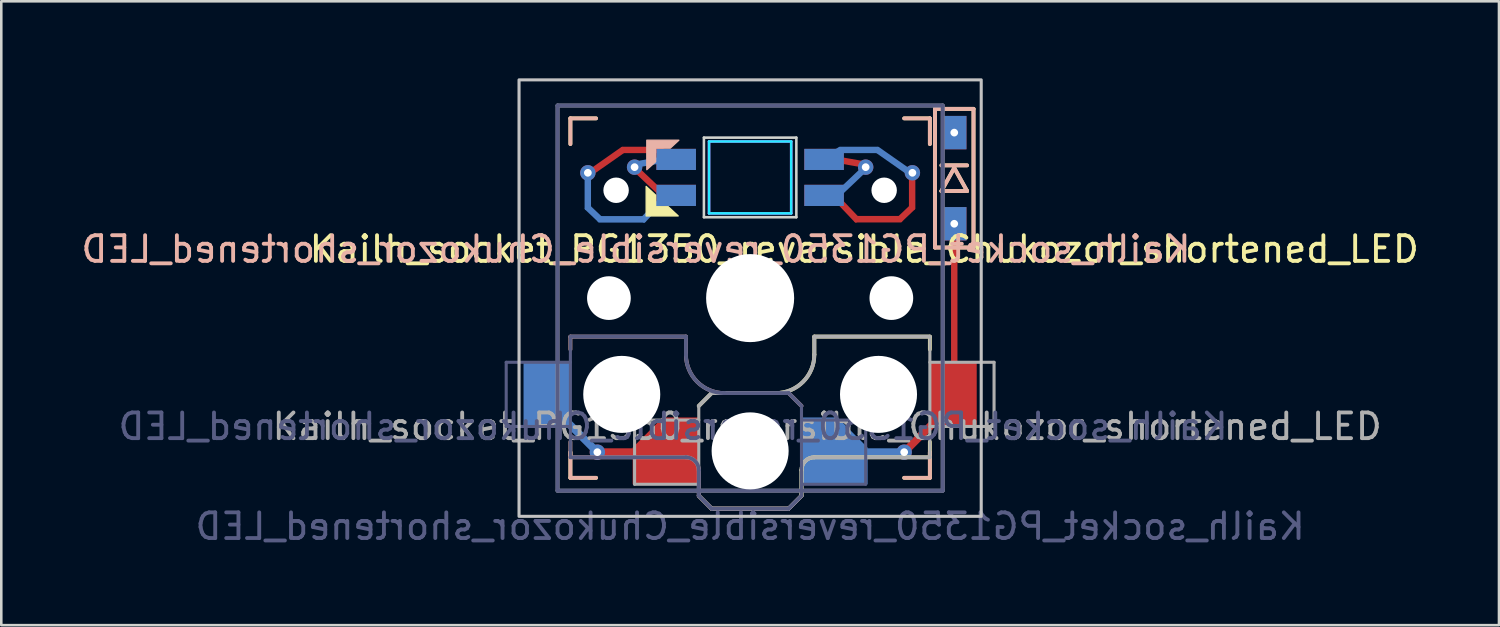
<source format=kicad_pcb>
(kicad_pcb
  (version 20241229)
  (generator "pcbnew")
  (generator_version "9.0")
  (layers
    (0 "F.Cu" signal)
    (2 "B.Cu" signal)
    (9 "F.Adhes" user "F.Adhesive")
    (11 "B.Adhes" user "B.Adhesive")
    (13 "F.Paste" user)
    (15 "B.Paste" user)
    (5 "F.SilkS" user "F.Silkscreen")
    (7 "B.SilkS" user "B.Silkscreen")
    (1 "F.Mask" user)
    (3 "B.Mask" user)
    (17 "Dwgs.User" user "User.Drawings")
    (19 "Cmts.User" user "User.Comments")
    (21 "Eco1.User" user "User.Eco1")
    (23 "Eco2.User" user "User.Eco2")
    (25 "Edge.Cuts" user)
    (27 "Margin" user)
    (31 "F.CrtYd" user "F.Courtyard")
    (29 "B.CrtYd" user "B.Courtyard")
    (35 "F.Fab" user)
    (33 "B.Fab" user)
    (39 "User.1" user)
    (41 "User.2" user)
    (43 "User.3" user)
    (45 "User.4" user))
  (footprint "Kailh_socket_PG1350_reversible_Chukozor_shortened_LED"
    (layer "F.Cu")
    (at 26.165 8.56)
    (property "Reference" "Kailh_socket_PG1350_reversible_Chukozor_shortened_LED" (at 4.445 -1.905 0) (layer "F.SilkS") (effects (font (size 1 1) (thickness 0.15))))
    (property "Value" "Kailh_socket_PG1350_reversible_Chukozor_shortened_LED" (at 0 8.89 0) (layer "F.Fab") (hide yes) (effects (font (size 1 1) (thickness 0.15))))
    (attr smd)
    (fp_line (start -7 -7) (end -6 -7) (stroke (width 0.15) (type solid)) (layer "F.SilkS"))
    (fp_line (start -7 -6) (end -7 -7) (stroke (width 0.15) (type solid)) (layer "F.SilkS"))
    (fp_line (start -7 7) (end -7 6) (stroke (width 0.15) (type solid)) (layer "F.SilkS"))
    (fp_line (start -6 7) (end -7 7) (stroke (width 0.15) (type solid)) (layer "F.SilkS"))
    (fp_line (start -2 4.2) (end -1.5 3.7) (stroke (width 0.15) (type solid)) (layer "F.SilkS"))
    (fp_line (start -2 7.7) (end -1.5 8.2) (stroke (width 0.15) (type solid)) (layer "F.SilkS"))
    (fp_line (start -1.5 3.7) (end 1 3.7) (stroke (width 0.15) (type solid)) (layer "F.SilkS"))
    (fp_line (start -1.5 8.2) (end 1.5 8.2) (stroke (width 0.15) (type solid)) (layer "F.SilkS"))
    (fp_line (start 1.5 8.2) (end 2 7.7) (stroke (width 0.15) (type solid)) (layer "F.SilkS"))
    (fp_line (start 2 6.7) (end 2 7.7) (stroke (width 0.15) (type solid)) (layer "F.SilkS"))
    (fp_line (start 2.5 1.5) (end 7 1.5) (stroke (width 0.15) (type solid)) (layer "F.SilkS"))
    (fp_line (start 2.5 2.2) (end 2.5 1.5) (stroke (width 0.15) (type solid)) (layer "F.SilkS"))
    (fp_line (start 6 -7) (end 7 -7) (stroke (width 0.15) (type solid)) (layer "F.SilkS"))
    (fp_line (start 7 -7) (end 7 -6) (stroke (width 0.15) (type solid)) (layer "F.SilkS"))
    (fp_line (start 7 1.5) (end 7 2) (stroke (width 0.15) (type solid)) (layer "F.SilkS"))
    (fp_line (start 7 5.6) (end 7 6.2) (stroke (width 0.15) (type solid)) (layer "F.SilkS"))
    (fp_line (start 7 6) (end 7 7) (stroke (width 0.15) (type solid)) (layer "F.SilkS"))
    (fp_line (start 7 6.2) (end 2.5 6.2) (stroke (width 0.15) (type solid)) (layer "F.SilkS"))
    (fp_line (start 7 7) (end 6 7) (stroke (width 0.15) (type solid)) (layer "F.SilkS"))
    (fp_line (start 7.2 -7.37) (end 7.2 -1.97) (stroke (width 0.15) (type solid)) (layer "F.SilkS"))
    (fp_line (start 7.2 -1.97) (end 8.7 -1.97) (stroke (width 0.15) (type solid)) (layer "F.SilkS"))
    (fp_line (start 7.45 -4.17) (end 7.95 -5.07) (stroke (width 0.15) (type solid)) (layer "F.SilkS"))
    (fp_line (start 7.95 -5.07) (end 8.45 -4.17) (stroke (width 0.15) (type solid)) (layer "F.SilkS"))
    (fp_line (start 8.45 -4.17) (end 7.45 -4.17) (stroke (width 0.15) (type solid)) (layer "F.SilkS"))
    (fp_line (start 8.45 -5.17) (end 7.45 -5.17) (stroke (width 0.15) (type solid)) (layer "F.SilkS"))
    (fp_line (start 8.7 -7.37) (end 7.2 -7.37) (stroke (width 0.15) (type solid)) (layer "F.SilkS"))
    (fp_line (start 8.7 -1.97) (end 8.7 -7.37) (stroke (width 0.15) (type solid)) (layer "F.SilkS"))
    (fp_arc (start 2 6.7) (mid 2.146447 6.346447) (end 2.5 6.2) (stroke (width 0.15) (type solid)) (layer "F.SilkS"))
    (fp_arc (start 2.5 2.2) (mid 2.06066 3.26066) (end 1 3.7) (stroke (width 0.15) (type solid)) (layer "F.SilkS"))
    (fp_poly (pts (xy -3.19 -3.56) (xy -3.68 -3.56) (xy -3.68 -4.01) (xy -4.05 -4.35) (xy -4.05 -3.2) (xy -2.8 -3.2)) (stroke (width 0.05) (type solid)) (fill yes) (layer "F.SilkS"))
    (fp_line (start -7 -7) (end -6 -7) (stroke (width 0.15) (type solid)) (layer "B.SilkS"))
    (fp_line (start -7 -6) (end -7 -7) (stroke (width 0.15) (type solid)) (layer "B.SilkS"))
    (fp_line (start -7 1.5) (end -7 2) (stroke (width 0.15) (type solid)) (layer "B.SilkS"))
    (fp_line (start -7 5.6) (end -7 6.2) (stroke (width 0.15) (type solid)) (layer "B.SilkS"))
    (fp_line (start -7 6.2) (end -2.5 6.2) (stroke (width 0.15) (type solid)) (layer "B.SilkS"))
    (fp_line (start -7 7) (end -7 6) (stroke (width 0.15) (type solid)) (layer "B.SilkS"))
    (fp_line (start -6 7) (end -7 7) (stroke (width 0.15) (type solid)) (layer "B.SilkS"))
    (fp_line (start -2.5 1.5) (end -7 1.5) (stroke (width 0.15) (type solid)) (layer "B.SilkS"))
    (fp_line (start -2.5 2.2) (end -2.5 1.5) (stroke (width 0.15) (type solid)) (layer "B.SilkS"))
    (fp_line (start -2 6.7) (end -2 7.7) (stroke (width 0.15) (type solid)) (layer "B.SilkS"))
    (fp_line (start -1.5 8.2) (end -2 7.7) (stroke (width 0.15) (type solid)) (layer "B.SilkS"))
    (fp_line (start 1.5 3.7) (end -1 3.7) (stroke (width 0.15) (type solid)) (layer "B.SilkS"))
    (fp_line (start 1.5 8.2) (end -1.5 8.2) (stroke (width 0.15) (type solid)) (layer "B.SilkS"))
    (fp_line (start 2 4.2) (end 1.5 3.7) (stroke (width 0.15) (type solid)) (layer "B.SilkS"))
    (fp_line (start 2 7.7) (end 1.5 8.2) (stroke (width 0.15) (type solid)) (layer "B.SilkS"))
    (fp_line (start 6 -7) (end 7 -7) (stroke (width 0.15) (type solid)) (layer "B.SilkS"))
    (fp_line (start 7 -7) (end 7 -6) (stroke (width 0.15) (type solid)) (layer "B.SilkS"))
    (fp_line (start 7 6) (end 7 7) (stroke (width 0.15) (type solid)) (layer "B.SilkS"))
    (fp_line (start 7 7) (end 6 7) (stroke (width 0.15) (type solid)) (layer "B.SilkS"))
    (fp_line (start 7.2 -7.37) (end 7.2 -1.97) (stroke (width 0.15) (type solid)) (layer "B.SilkS"))
    (fp_line (start 7.2 -1.97) (end 8.7 -1.97) (stroke (width 0.15) (type solid)) (layer "B.SilkS"))
    (fp_line (start 7.45 -4.17) (end 7.95 -5.07) (stroke (width 0.15) (type solid)) (layer "B.SilkS"))
    (fp_line (start 7.95 -5.07) (end 8.45 -4.17) (stroke (width 0.15) (type solid)) (layer "B.SilkS"))
    (fp_line (start 8.45 -4.17) (end 7.45 -4.17) (stroke (width 0.15) (type solid)) (layer "B.SilkS"))
    (fp_line (start 8.45 -5.17) (end 7.45 -5.17) (stroke (width 0.15) (type solid)) (layer "B.SilkS"))
    (fp_line (start 8.7 -7.37) (end 7.2 -7.37) (stroke (width 0.15) (type solid)) (layer "B.SilkS"))
    (fp_line (start 8.7 -1.97) (end 8.7 -7.37) (stroke (width 0.15) (type solid)) (layer "B.SilkS"))
    (fp_arc (start -2.5 6.2) (mid -2.146447 6.346447) (end -2 6.7) (stroke (width 0.15) (type solid)) (layer "B.SilkS"))
    (fp_arc (start -1 3.7) (mid -2.06066 3.26066) (end -2.5 2.2) (stroke (width 0.15) (type solid)) (layer "B.SilkS"))
    (fp_poly (pts (xy -3.11 -5.84) (xy -3.68 -5.84) (xy -3.68 -5.31) (xy -4.025 -5) (xy -4.025 -6.15) (xy -2.775 -6.15)) (stroke (width 0.05) (type solid)) (fill yes) (layer "B.SilkS"))
    (fp_rect (start -9 -8.5) (end 9 8.5) (stroke (width 0.12) (type solid)) (fill no) (layer "Dwgs.User"))
    (fp_line (start -6.9 6.9) (end -6.9 -6.9) (stroke (width 0.15) (type solid)) (layer "Eco2.User"))
    (fp_line (start -6.9 6.9) (end 6.9 6.9) (stroke (width 0.15) (type solid)) (layer "Eco2.User"))
    (fp_line (start -2.6 -3.1) (end -2.6 -6.3) (stroke (width 0.15) (type solid)) (layer "Eco2.User"))
    (fp_line (start -2.6 -3.1) (end 2.6 -3.1) (stroke (width 0.15) (type solid)) (layer "Eco2.User"))
    (fp_line (start 2.6 -6.3) (end -2.6 -6.3) (stroke (width 0.15) (type solid)) (layer "Eco2.User"))
    (fp_line (start 2.6 -3.1) (end 2.6 -6.3) (stroke (width 0.15) (type solid)) (layer "Eco2.User"))
    (fp_line (start 6.9 -6.9) (end -6.9 -6.9) (stroke (width 0.15) (type solid)) (layer "Eco2.User"))
    (fp_line (start 6.9 -6.9) (end 6.9 6.9) (stroke (width 0.15) (type solid)) (layer "Eco2.User"))
    (fp_line (start -1.8 -6.25) (end -1.8 -3.15) (stroke (width 0.1) (type solid)) (layer "Edge.Cuts"))
    (fp_line (start -1.8 -3.15) (end 1.8 -3.15) (stroke (width 0.1) (type solid)) (layer "Edge.Cuts"))
    (fp_line (start 1.8 -6.25) (end -1.8 -6.25) (stroke (width 0.1) (type solid)) (layer "Edge.Cuts"))
    (fp_line (start 1.8 -3.15) (end 1.8 -6.25) (stroke (width 0.1) (type solid)) (layer "Edge.Cuts"))
    (fp_line (start -1.6 -6.1) (end 1.6 -6.1) (stroke (width 0.1) (type solid)) (layer "B.CrtYd"))
    (fp_line (start -1.6 -3.3) (end -1.6 -6.1) (stroke (width 0.1) (type solid)) (layer "B.CrtYd"))
    (fp_line (start -1.6 -3.3) (end 1.6 -3.3) (stroke (width 0.1) (type solid)) (layer "B.CrtYd"))
    (fp_line (start 1.6 -3.3) (end 1.6 -6.1) (stroke (width 0.1) (type solid)) (layer "B.CrtYd"))
    (fp_line (start -1.6 -6.1) (end -1.6 -3.3) (stroke (width 0.1) (type solid)) (layer "F.CrtYd"))
    (fp_line (start -1.6 -6.1) (end 1.6 -6.1) (stroke (width 0.1) (type solid)) (layer "F.CrtYd"))
    (fp_line (start -1.6 -3.3) (end 1.6 -3.3) (stroke (width 0.1) (type solid)) (layer "F.CrtYd"))
    (fp_line (start 1.6 -6.1) (end 1.6 -3.3) (stroke (width 0.1) (type solid)) (layer "F.CrtYd"))
    (fp_line (start -9.5 2.5) (end -7 2.5) (stroke (width 0.12) (type solid)) (layer "B.Fab"))
    (fp_line (start -9.5 5) (end -9.5 2.5) (stroke (width 0.12) (type solid)) (layer "B.Fab"))
    (fp_line (start -7.5 -7.5) (end 7.5 -7.5) (stroke (width 0.15) (type solid)) (layer "B.Fab"))
    (fp_line (start -7.5 7.5) (end -7.5 -7.5) (stroke (width 0.15) (type solid)) (layer "B.Fab"))
    (fp_line (start -7 1.5) (end -7 6.2) (stroke (width 0.12) (type solid)) (layer "B.Fab"))
    (fp_line (start -7 5) (end -9.5 5) (stroke (width 0.12) (type solid)) (layer "B.Fab"))
    (fp_line (start -7 6.2) (end -2.5 6.2) (stroke (width 0.15) (type solid)) (layer "B.Fab"))
    (fp_line (start -2.5 1.5) (end -7 1.5) (stroke (width 0.15) (type solid)) (layer "B.Fab"))
    (fp_line (start -2.5 2.2) (end -2.5 1.5) (stroke (width 0.15) (type solid)) (layer "B.Fab"))
    (fp_line (start -2 6.7) (end -2 7.7) (stroke (width 0.15) (type solid)) (layer "B.Fab"))
    (fp_line (start -1.5 8.2) (end -2 7.7) (stroke (width 0.15) (type solid)) (layer "B.Fab"))
    (fp_line (start 1.5 3.7) (end -1 3.7) (stroke (width 0.15) (type solid)) (layer "B.Fab"))
    (fp_line (start 1.5 8.2) (end -1.5 8.2) (stroke (width 0.15) (type solid)) (layer "B.Fab"))
    (fp_line (start 2 4.2) (end 1.5 3.7) (stroke (width 0.15) (type solid)) (layer "B.Fab"))
    (fp_line (start 2 4.25) (end 2 7.7) (stroke (width 0.12) (type solid)) (layer "B.Fab"))
    (fp_line (start 2 4.75) (end 4.5 4.75) (stroke (width 0.12) (type solid)) (layer "B.Fab"))
    (fp_line (start 2 7.7) (end 1.5 8.2) (stroke (width 0.15) (type solid)) (layer "B.Fab"))
    (fp_line (start 4.5 4.75) (end 4.5 7.25) (stroke (width 0.12) (type solid)) (layer "B.Fab"))
    (fp_line (start 4.5 7.25) (end 2 7.25) (stroke (width 0.12) (type solid)) (layer "B.Fab"))
    (fp_line (start 7.5 -7.5) (end 7.5 7.5) (stroke (width 0.15) (type solid)) (layer "B.Fab"))
    (fp_line (start 7.5 7.5) (end -7.5 7.5) (stroke (width 0.15) (type solid)) (layer "B.Fab"))
    (fp_arc (start -2.5 6.2) (mid -2.146447 6.346447) (end -2 6.7) (stroke (width 0.15) (type solid)) (layer "B.Fab"))
    (fp_arc (start -1 3.7) (mid -2.06066 3.26066) (end -2.5 2.2) (stroke (width 0.15) (type solid)) (layer "B.Fab"))
    (fp_line (start -7.5 -7.5) (end 7.5 -7.5) (stroke (width 0.15) (type solid)) (layer "F.Fab"))
    (fp_line (start -7.5 7.5) (end -7.5 -7.5) (stroke (width 0.15) (type solid)) (layer "F.Fab"))
    (fp_line (start -4.5 4.75) (end -4.5 7.25) (stroke (width 0.12) (type solid)) (layer "F.Fab"))
    (fp_line (start -4.5 7.25) (end -2 7.25) (stroke (width 0.12) (type solid)) (layer "F.Fab"))
    (fp_line (start -2 4.2) (end -1.5 3.7) (stroke (width 0.15) (type solid)) (layer "F.Fab"))
    (fp_line (start -2 4.25) (end -2 7.7) (stroke (width 0.12) (type solid)) (layer "F.Fab"))
    (fp_line (start -2 4.75) (end -4.5 4.75) (stroke (width 0.12) (type solid)) (layer "F.Fab"))
    (fp_line (start -2 7.7) (end -1.5 8.2) (stroke (width 0.15) (type solid)) (layer "F.Fab"))
    (fp_line (start -1.5 3.7) (end 1 3.7) (stroke (width 0.15) (type solid)) (layer "F.Fab"))
    (fp_line (start -1.5 8.2) (end 1.5 8.2) (stroke (width 0.15) (type solid)) (layer "F.Fab"))
    (fp_line (start 1.5 8.2) (end 2 7.7) (stroke (width 0.15) (type solid)) (layer "F.Fab"))
    (fp_line (start 2 6.7) (end 2 7.7) (stroke (width 0.15) (type solid)) (layer "F.Fab"))
    (fp_line (start 2.5 1.5) (end 7 1.5) (stroke (width 0.15) (type solid)) (layer "F.Fab"))
    (fp_line (start 2.5 2.2) (end 2.5 1.5) (stroke (width 0.15) (type solid)) (layer "F.Fab"))
    (fp_line (start 7 1.5) (end 7 6.2) (stroke (width 0.12) (type solid)) (layer "F.Fab"))
    (fp_line (start 7 5) (end 9.5 5) (stroke (width 0.12) (type solid)) (layer "F.Fab"))
    (fp_line (start 7 6.2) (end 2.5 6.2) (stroke (width 0.15) (type solid)) (layer "F.Fab"))
    (fp_line (start 7.5 -7.5) (end 7.5 7.5) (stroke (width 0.15) (type solid)) (layer "F.Fab"))
    (fp_line (start 7.5 7.5) (end -7.5 7.5) (stroke (width 0.15) (type solid)) (layer "F.Fab"))
    (fp_line (start 9.5 2.5) (end 7 2.5) (stroke (width 0.12) (type solid)) (layer "F.Fab"))
    (fp_line (start 9.5 5) (end 9.5 2.5) (stroke (width 0.12) (type solid)) (layer "F.Fab"))
    (fp_arc (start 2 6.7) (mid 2.146447 6.346447) (end 2.5 6.2) (stroke (width 0.15) (type solid)) (layer "F.Fab"))
    (fp_arc (start 2.5 2.2) (mid 2.06066 3.26066) (end 1 3.7) (stroke (width 0.15) (type solid)) (layer "F.Fab"))
    (fp_text user "${REFERENCE}" (at -4.445 -1.905 0) (layer "B.SilkS") (effects (font (size 1 1) (thickness 0.15)) (justify mirror)))
    (fp_text user "${VALUE}" (at 0 8.89 0) (layer "B.Fab") (effects (font (size 1 1) (thickness 0.15)) (justify mirror)))
    (fp_text user "${REFERENCE}" (at -3 5 0) (layer "B.Fab") (effects (font (size 1 1) (thickness 0.15)) (justify mirror)))
    (fp_text user "${REFERENCE}" (at 3 5 180) (layer "F.Fab") (effects (font (size 1 1) (thickness 0.15))))
    (pad "" np_thru_hole circle (at -5.5 0) (size 1.702 1.702) (drill 1.702) (layers "*.Cu" "*.Mask"))
    (pad "" np_thru_hole circle (at -5.22 -4.2) (size 0.991 0.991) (drill 0.991) (layers "*.Cu" "*.Mask"))
    (pad "" np_thru_hole circle (at -5 3.75) (size 3 3) (drill 3) (layers "*.Cu" "*.Mask"))
    (pad "" np_thru_hole circle (at 0 0) (size 3.429 3.429) (drill 3.429) (layers "*.Cu" "*.Mask"))
    (pad "" np_thru_hole circle (at 0 5.95) (size 3 3) (drill 3) (layers "*.Cu" "*.Mask"))
    (pad "" np_thru_hole circle (at 5 3.75) (size 3 3) (drill 3) (layers "*.Cu" "*.Mask"))
    (pad "" np_thru_hole circle (at 5.22 -4.2) (size 0.991 0.991) (drill 0.991) (layers "*.Cu" "*.Mask"))
    (pad "" np_thru_hole circle (at 5.5 0) (size 1.702 1.702) (drill 1.702) (layers "*.Cu" "*.Mask"))
    (pad "1" smd rect (at -7.9 3.75) (size 1.85 2.6) (layers "B.Cu" "B.Mask" "B.Paste"))
    (pad "1" smd rect (at -6.7 5.25 315) (size 1.75 0.3) (layers "B.Cu"))
    (pad "1" thru_hole circle (at -5.95 6) (size 0.6 0.6) (drill 0.3) (layers "*.Cu"))
    (pad "1" smd rect (at -5.075 6) (size 1.45 0.3) (layers "F.Cu"))
    (pad "1" smd roundrect (at -3.275 5.95) (size 2.6 2.6) (layers "F.Cu" "F.Mask" "F.Paste") (roundrect_rratio 0) (chamfer_ratio 0.45) (chamfer top_left))
    (pad "2" smd roundrect (at 3.275 5.95) (size 2.6 2.6) (layers "B.Cu" "B.Mask" "B.Paste") (roundrect_rratio 0) (chamfer_ratio 0.45) (chamfer top_right))
    (pad "2" smd rect (at 5.125 6) (size 1.45 0.3) (layers "B.Cu"))
    (pad "2" thru_hole circle (at 6 6) (size 0.6 0.6) (drill 0.3) (layers "*.Cu"))
    (pad "2" smd rect (at 6.75 5.25 45) (size 1.75 0.3) (layers "F.Cu"))
    (pad "2" smd rect (at 7.9 3.75) (size 1.85 2.6) (layers "F.Cu" "F.Mask" "F.Paste"))
    (pad "2" thru_hole circle (at 7.95 -2.895 270) (size 0.6 0.6) (drill 0.3) (layers "*.Cu"))
    (pad "2" smd rect (at 7.95 -2.895 270) (size 1.3 0.95) (layers "F.Cu" "F.Mask" "F.Paste"))
    (pad "2" smd rect (at 7.95 -2.895 270) (size 1.3 0.95) (layers "B.Cu" "B.Mask" "B.Paste"))
    (pad "2" smd roundrect (at 7.95 0.1 90) (size 5 0.25) (layers "F.Cu") (roundrect_rratio 0.25))
    (pad "3" thru_hole circle (at 7.95 -6.445 270) (size 0.6 0.6) (drill 0.3) (layers "*.Cu"))
    (pad "3" smd rect (at 7.95 -6.445 270) (size 1.3 0.95) (layers "F.Cu" "F.Mask" "F.Paste"))
    (pad "3" smd rect (at 7.95 -6.445 270) (size 1.3 0.95) (layers "B.Cu" "B.Mask" "B.Paste"))
    (pad "4" smd rect (at 2.88 -5.401 180) (size 1.54 0.823) (layers "F.Cu" "F.Mask" "F.Paste"))
    (pad "4" smd rect (at 2.88 -4) (size 1.54 0.825) (layers "B.Cu" "B.Mask" "B.Paste"))
    (pad "4" smd roundrect (at 3.9 -5.3 350) (size 0.95 0.25) (layers "F.Cu") (roundrect_rratio 0.25))
    (pad "4" smd roundrect (at 3.9 -4.5 223.531) (size 1.3 0.25) (layers "B.Cu") (roundrect_rratio 0.25))
    (pad "4" thru_hole circle (at 4.5 -5.1) (size 0.6 0.6) (drill 0.3) (property pad_prop_fiducial_loc) (layers "*.Cu"))
    (pad "5" smd rect (at 2.88 -5.401) (size 1.54 0.823) (layers "B.Cu" "B.Mask" "B.Paste"))
    (pad "5" smd rect (at 2.88 -4 180) (size 1.54 0.825) (layers "F.Cu" "F.Mask" "F.Paste"))
    (pad "5" smd roundrect (at 3.36 -5.68 30) (size 0.5 0.25) (layers "B.Cu") (roundrect_rratio 0.25))
    (pad "5" smd roundrect (at 3.688 -3.545 133.531) (size 1.5 0.25) (layers "F.Cu") (roundrect_rratio 0.25))
    (pad "5" smd roundrect (at 4.235 -5.77) (size 1.59 0.25) (layers "B.Cu") (roundrect_rratio 0.25))
    (pad "5" smd roundrect (at 4.992 -3.072 180) (size 1.87 0.255) (layers "F.Cu") (roundrect_rratio 0.25))
    (pad "5" smd roundrect (at 5.53 -5.37 325) (size 1.55 0.25) (layers "B.Cu") (roundrect_rratio 0.25))
    (pad "5" smd roundrect (at 6.077 -3.305 43.531) (size 0.8 0.25) (layers "F.Cu") (roundrect_rratio 0.25))
    (pad "5" smd roundrect (at 6.31 -4.08 90) (size 1.29 0.25) (layers "F.Cu") (roundrect_rratio 0.25))
    (pad "5" thru_hole circle (at 6.32 -4.88) (size 0.6 0.6) (drill 0.3) (property pad_prop_fiducial_loc) (layers "*.Cu"))
    (pad "6" thru_hole circle (at -4.5 -5.1) (size 0.6 0.6) (drill 0.3) (property pad_prop_fiducial_loc) (layers "*.Cu"))
    (pad "6" smd roundrect (at -3.9 -5.3 10) (size 0.95 0.25) (layers "B.Cu") (roundrect_rratio 0.25))
    (pad "6" smd roundrect (at -3.9 -4.5 136.469) (size 1.3 0.25) (layers "F.Cu") (roundrect_rratio 0.25))
    (pad "6" smd rect (at -2.88 -5.401 180) (size 1.54 0.823) (layers "B.Cu" "B.Mask" "B.Paste"))
    (pad "6" smd rect (at -2.88 -4) (size 1.54 0.825) (layers "F.Cu" "F.Mask" "F.Paste"))
    (pad "7" smd roundrect (at -6.322 -4.075 270) (size 1.29 0.25) (layers "B.Cu") (roundrect_rratio 0.25))
    (pad "7" thru_hole circle (at -6.32 -4.88) (size 0.6 0.6) (drill 0.3) (property pad_prop_fiducial_loc) (layers "*.Cu"))
    (pad "7" smd roundrect (at -6.09 -3.3 316.469) (size 0.8 0.25) (layers "B.Cu") (roundrect_rratio 0.25))
    (pad "7" smd roundrect (at -5.53 -5.37 35) (size 1.55 0.25) (layers "F.Cu") (roundrect_rratio 0.25))
    (pad "7" smd roundrect (at -5.005 -3.067 180) (size 1.87 0.255) (layers "B.Cu") (roundrect_rratio 0.25))
    (pad "7" smd roundrect (at -4.235 -5.77) (size 1.59 0.25) (layers "F.Cu") (roundrect_rratio 0.25))
    (pad "7" smd roundrect (at -3.7 -3.54 226.469) (size 1.5 0.25) (layers "B.Cu") (roundrect_rratio 0.25))
    (pad "7" smd roundrect (at -3.36 -5.68 330) (size 0.5 0.25) (layers "F.Cu") (roundrect_rratio 0.25))
    (pad "7" smd rect (at -2.88 -5.401) (size 1.54 0.823) (layers "F.Cu" "F.Mask" "F.Paste"))
    (pad "7" smd rect (at -2.88 -4 180) (size 1.54 0.825) (layers "B.Cu" "B.Mask" "B.Paste")))
  (gr_rect
    (start -3 -3)
    (end 55.33 21.298)
    (stroke (width 0.1) (type default))
    (fill no)
    (layer "Edge.Cuts")))
</source>
